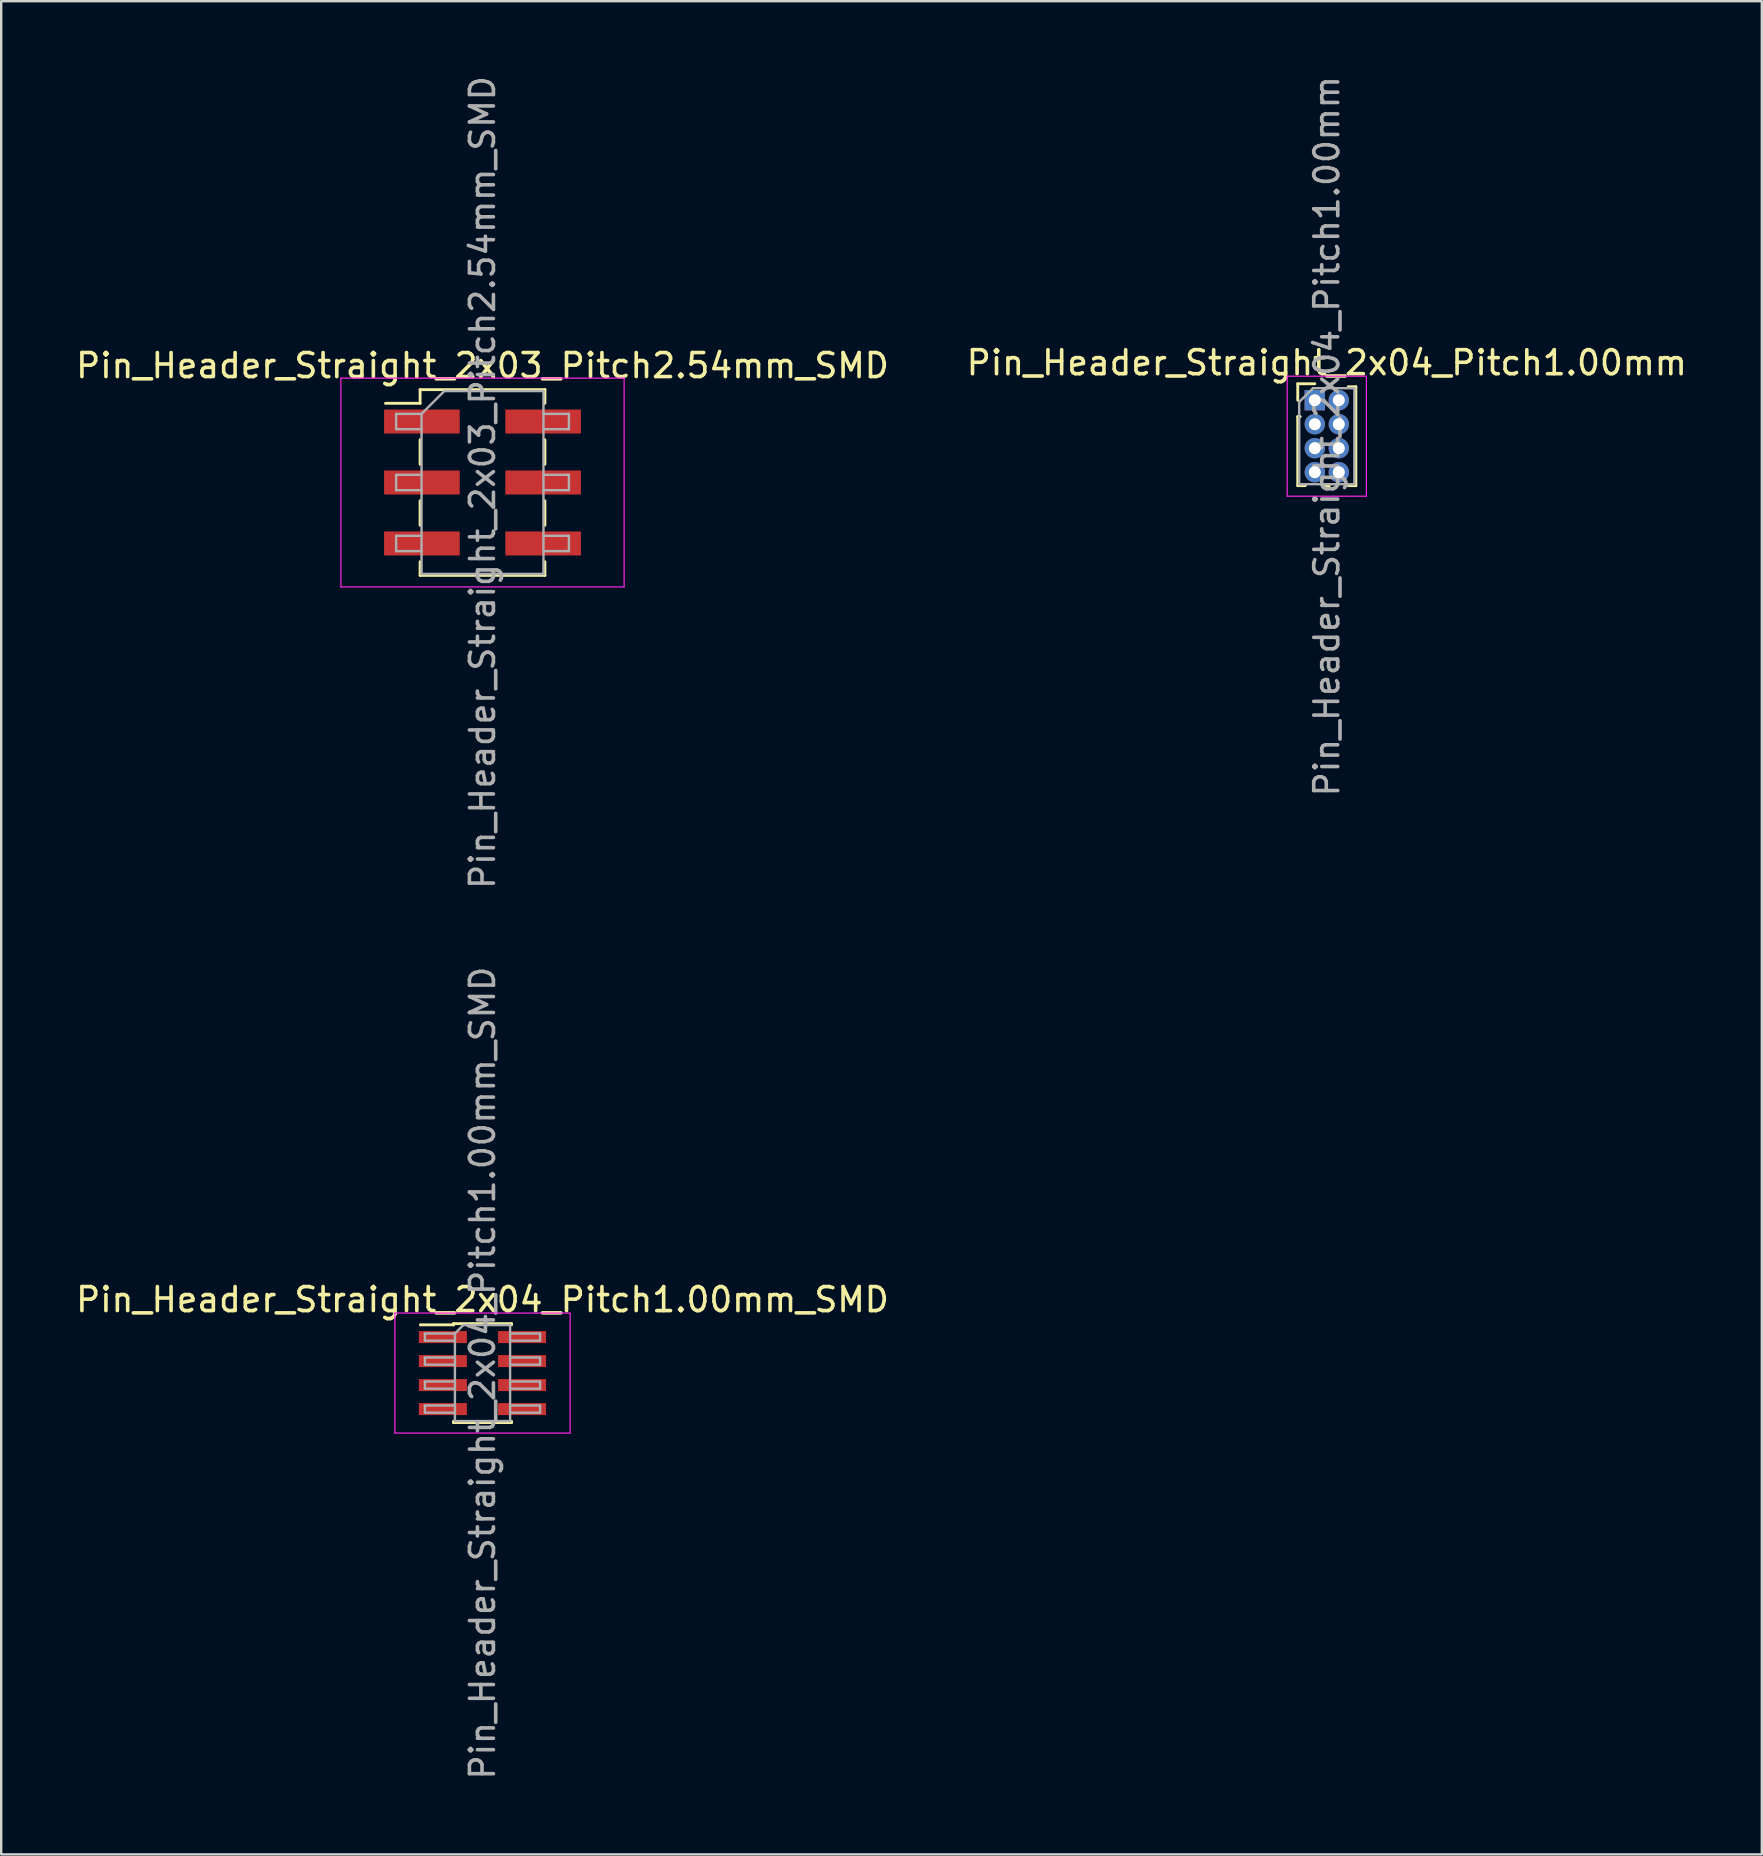
<source format=kicad_pcb>
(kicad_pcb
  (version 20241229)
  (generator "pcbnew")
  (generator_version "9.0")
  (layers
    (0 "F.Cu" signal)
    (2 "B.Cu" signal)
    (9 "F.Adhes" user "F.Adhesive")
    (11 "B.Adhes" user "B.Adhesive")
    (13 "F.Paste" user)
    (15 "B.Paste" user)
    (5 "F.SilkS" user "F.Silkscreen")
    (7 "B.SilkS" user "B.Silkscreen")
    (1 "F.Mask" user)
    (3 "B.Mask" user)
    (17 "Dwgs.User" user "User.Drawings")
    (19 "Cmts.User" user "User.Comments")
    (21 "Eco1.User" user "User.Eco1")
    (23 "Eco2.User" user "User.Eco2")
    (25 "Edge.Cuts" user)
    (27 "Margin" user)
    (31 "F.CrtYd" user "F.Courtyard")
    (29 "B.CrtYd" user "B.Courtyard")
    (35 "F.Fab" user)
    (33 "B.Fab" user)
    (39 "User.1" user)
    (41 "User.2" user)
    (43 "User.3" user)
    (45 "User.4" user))
  (footprint "Pin_Header_Straight_2x03_Pitch2.54mm_SMD"
    (layer "F.Cu")
    (at 17.054 17.054)
    (property "Reference" "Pin_Header_Straight_2x03_Pitch2.54mm_SMD" (at 0 -4.87 0) (layer "F.SilkS") (effects (font (size 1 1) (thickness 0.15))))
    (attr smd)
    (fp_line (start -4.04 -3.3) (end -2.6 -3.3) (stroke (width 0.12) (type solid)) (layer "F.SilkS"))
    (fp_line (start -2.6 -3.87) (end -2.6 -3.3) (stroke (width 0.12) (type solid)) (layer "F.SilkS"))
    (fp_line (start -2.6 -3.87) (end 2.6 -3.87) (stroke (width 0.12) (type solid)) (layer "F.SilkS"))
    (fp_line (start -2.6 -1.78) (end -2.6 -0.76) (stroke (width 0.12) (type solid)) (layer "F.SilkS"))
    (fp_line (start -2.6 0.76) (end -2.6 1.78) (stroke (width 0.12) (type solid)) (layer "F.SilkS"))
    (fp_line (start -2.6 3.3) (end -2.6 3.87) (stroke (width 0.12) (type solid)) (layer "F.SilkS"))
    (fp_line (start -2.6 3.87) (end 2.6 3.87) (stroke (width 0.12) (type solid)) (layer "F.SilkS"))
    (fp_line (start 2.6 -3.87) (end 2.6 -3.3) (stroke (width 0.12) (type solid)) (layer "F.SilkS"))
    (fp_line (start 2.6 -1.78) (end 2.6 -0.76) (stroke (width 0.12) (type solid)) (layer "F.SilkS"))
    (fp_line (start 2.6 0.76) (end 2.6 1.78) (stroke (width 0.12) (type solid)) (layer "F.SilkS"))
    (fp_line (start 2.6 3.3) (end 2.6 3.87) (stroke (width 0.12) (type solid)) (layer "F.SilkS"))
    (fp_line (start -5.9 -4.35) (end -5.9 4.35) (stroke (width 0.05) (type solid)) (layer "F.CrtYd"))
    (fp_line (start -5.9 4.35) (end 5.9 4.35) (stroke (width 0.05) (type solid)) (layer "F.CrtYd"))
    (fp_line (start 5.9 -4.35) (end -5.9 -4.35) (stroke (width 0.05) (type solid)) (layer "F.CrtYd"))
    (fp_line (start 5.9 4.35) (end 5.9 -4.35) (stroke (width 0.05) (type solid)) (layer "F.CrtYd"))
    (fp_line (start -3.6 -2.86) (end -3.6 -2.22) (stroke (width 0.1) (type solid)) (layer "F.Fab"))
    (fp_line (start -3.6 -2.22) (end -2.54 -2.22) (stroke (width 0.1) (type solid)) (layer "F.Fab"))
    (fp_line (start -3.6 -0.32) (end -3.6 0.32) (stroke (width 0.1) (type solid)) (layer "F.Fab"))
    (fp_line (start -3.6 0.32) (end -2.54 0.32) (stroke (width 0.1) (type solid)) (layer "F.Fab"))
    (fp_line (start -3.6 2.22) (end -3.6 2.86) (stroke (width 0.1) (type solid)) (layer "F.Fab"))
    (fp_line (start -3.6 2.86) (end -2.54 2.86) (stroke (width 0.1) (type solid)) (layer "F.Fab"))
    (fp_line (start -2.54 -2.86) (end -3.6 -2.86) (stroke (width 0.1) (type solid)) (layer "F.Fab"))
    (fp_line (start -2.54 -2.86) (end -1.59 -3.81) (stroke (width 0.1) (type solid)) (layer "F.Fab"))
    (fp_line (start -2.54 -0.32) (end -3.6 -0.32) (stroke (width 0.1) (type solid)) (layer "F.Fab"))
    (fp_line (start -2.54 2.22) (end -3.6 2.22) (stroke (width 0.1) (type solid)) (layer "F.Fab"))
    (fp_line (start -2.54 3.81) (end -2.54 -2.86) (stroke (width 0.1) (type solid)) (layer "F.Fab"))
    (fp_line (start -1.59 -3.81) (end 2.54 -3.81) (stroke (width 0.1) (type solid)) (layer "F.Fab"))
    (fp_line (start 2.54 -3.81) (end 2.54 3.81) (stroke (width 0.1) (type solid)) (layer "F.Fab"))
    (fp_line (start 2.54 -2.86) (end 3.6 -2.86) (stroke (width 0.1) (type solid)) (layer "F.Fab"))
    (fp_line (start 2.54 -0.32) (end 3.6 -0.32) (stroke (width 0.1) (type solid)) (layer "F.Fab"))
    (fp_line (start 2.54 2.22) (end 3.6 2.22) (stroke (width 0.1) (type solid)) (layer "F.Fab"))
    (fp_line (start 2.54 3.81) (end -2.54 3.81) (stroke (width 0.1) (type solid)) (layer "F.Fab"))
    (fp_line (start 3.6 -2.86) (end 3.6 -2.22) (stroke (width 0.1) (type solid)) (layer "F.Fab"))
    (fp_line (start 3.6 -2.22) (end 2.54 -2.22) (stroke (width 0.1) (type solid)) (layer "F.Fab"))
    (fp_line (start 3.6 -0.32) (end 3.6 0.32) (stroke (width 0.1) (type solid)) (layer "F.Fab"))
    (fp_line (start 3.6 0.32) (end 2.54 0.32) (stroke (width 0.1) (type solid)) (layer "F.Fab"))
    (fp_line (start 3.6 2.22) (end 3.6 2.86) (stroke (width 0.1) (type solid)) (layer "F.Fab"))
    (fp_line (start 3.6 2.86) (end 2.54 2.86) (stroke (width 0.1) (type solid)) (layer "F.Fab"))
    (fp_text user "${REFERENCE}" (at 0 0 90) (layer "F.Fab") (effects (font (size 1 1) (thickness 0.15))))
    (pad "1" smd rect (at -2.525 -2.54) (size 3.15 1) (layers "F.Cu" "F.Mask" "F.Paste"))
    (pad "2" smd rect (at 2.525 -2.54) (size 3.15 1) (layers "F.Cu" "F.Mask" "F.Paste"))
    (pad "3" smd rect (at -2.525 0) (size 3.15 1) (layers "F.Cu" "F.Mask" "F.Paste"))
    (pad "4" smd rect (at 2.525 0) (size 3.15 1) (layers "F.Cu" "F.Mask" "F.Paste"))
    (pad "5" smd rect (at -2.525 2.54) (size 3.15 1) (layers "F.Cu" "F.Mask" "F.Paste"))
    (pad "6" smd rect (at 2.525 2.54) (size 3.15 1) (layers "F.Cu" "F.Mask" "F.Paste")))
  (footprint "Pin_Header_Straight_2x04_Pitch1.00mm_SMD"
    (layer "F.Cu")
    (at 17.054 54.161)
    (property "Reference" "Pin_Header_Straight_2x04_Pitch1.00mm_SMD" (at 0 -3.06 0) (layer "F.SilkS") (effects (font (size 1 1) (thickness 0.15))))
    (attr smd)
    (fp_line (start -2.59 -2.01) (end -1.21 -2.01) (stroke (width 0.12) (type solid)) (layer "F.SilkS"))
    (fp_line (start -1.21 -2.06) (end -1.21 -2.01) (stroke (width 0.12) (type solid)) (layer "F.SilkS"))
    (fp_line (start -1.21 -2.06) (end 1.21 -2.06) (stroke (width 0.12) (type solid)) (layer "F.SilkS"))
    (fp_line (start -1.21 2.01) (end -1.21 2.06) (stroke (width 0.12) (type solid)) (layer "F.SilkS"))
    (fp_line (start -1.21 2.06) (end 1.21 2.06) (stroke (width 0.12) (type solid)) (layer "F.SilkS"))
    (fp_line (start 1.21 -2.06) (end 1.21 -2.01) (stroke (width 0.12) (type solid)) (layer "F.SilkS"))
    (fp_line (start 1.21 2.01) (end 1.21 2.06) (stroke (width 0.12) (type solid)) (layer "F.SilkS"))
    (fp_line (start -3.65 -2.5) (end -3.65 2.5) (stroke (width 0.05) (type solid)) (layer "F.CrtYd"))
    (fp_line (start -3.65 2.5) (end 3.65 2.5) (stroke (width 0.05) (type solid)) (layer "F.CrtYd"))
    (fp_line (start 3.65 -2.5) (end -3.65 -2.5) (stroke (width 0.05) (type solid)) (layer "F.CrtYd"))
    (fp_line (start 3.65 2.5) (end 3.65 -2.5) (stroke (width 0.05) (type solid)) (layer "F.CrtYd"))
    (fp_line (start -2.4 -1.65) (end -2.4 -1.35) (stroke (width 0.1) (type solid)) (layer "F.Fab"))
    (fp_line (start -2.4 -1.35) (end -1.15 -1.35) (stroke (width 0.1) (type solid)) (layer "F.Fab"))
    (fp_line (start -2.4 -0.65) (end -2.4 -0.35) (stroke (width 0.1) (type solid)) (layer "F.Fab"))
    (fp_line (start -2.4 -0.35) (end -1.15 -0.35) (stroke (width 0.1) (type solid)) (layer "F.Fab"))
    (fp_line (start -2.4 0.35) (end -2.4 0.65) (stroke (width 0.1) (type solid)) (layer "F.Fab"))
    (fp_line (start -2.4 0.65) (end -1.15 0.65) (stroke (width 0.1) (type solid)) (layer "F.Fab"))
    (fp_line (start -2.4 1.35) (end -2.4 1.65) (stroke (width 0.1) (type solid)) (layer "F.Fab"))
    (fp_line (start -2.4 1.65) (end -1.15 1.65) (stroke (width 0.1) (type solid)) (layer "F.Fab"))
    (fp_line (start -1.15 -1.65) (end -2.4 -1.65) (stroke (width 0.1) (type solid)) (layer "F.Fab"))
    (fp_line (start -1.15 -1.65) (end -0.8 -2) (stroke (width 0.1) (type solid)) (layer "F.Fab"))
    (fp_line (start -1.15 -0.65) (end -2.4 -0.65) (stroke (width 0.1) (type solid)) (layer "F.Fab"))
    (fp_line (start -1.15 0.35) (end -2.4 0.35) (stroke (width 0.1) (type solid)) (layer "F.Fab"))
    (fp_line (start -1.15 1.35) (end -2.4 1.35) (stroke (width 0.1) (type solid)) (layer "F.Fab"))
    (fp_line (start -1.15 2) (end -1.15 -1.65) (stroke (width 0.1) (type solid)) (layer "F.Fab"))
    (fp_line (start -0.8 -2) (end 1.15 -2) (stroke (width 0.1) (type solid)) (layer "F.Fab"))
    (fp_line (start 1.15 -2) (end 1.15 2) (stroke (width 0.1) (type solid)) (layer "F.Fab"))
    (fp_line (start 1.15 -1.65) (end 2.4 -1.65) (stroke (width 0.1) (type solid)) (layer "F.Fab"))
    (fp_line (start 1.15 -0.65) (end 2.4 -0.65) (stroke (width 0.1) (type solid)) (layer "F.Fab"))
    (fp_line (start 1.15 0.35) (end 2.4 0.35) (stroke (width 0.1) (type solid)) (layer "F.Fab"))
    (fp_line (start 1.15 1.35) (end 2.4 1.35) (stroke (width 0.1) (type solid)) (layer "F.Fab"))
    (fp_line (start 1.15 2) (end -1.15 2) (stroke (width 0.1) (type solid)) (layer "F.Fab"))
    (fp_line (start 2.4 -1.65) (end 2.4 -1.35) (stroke (width 0.1) (type solid)) (layer "F.Fab"))
    (fp_line (start 2.4 -1.35) (end 1.15 -1.35) (stroke (width 0.1) (type solid)) (layer "F.Fab"))
    (fp_line (start 2.4 -0.65) (end 2.4 -0.35) (stroke (width 0.1) (type solid)) (layer "F.Fab"))
    (fp_line (start 2.4 -0.35) (end 1.15 -0.35) (stroke (width 0.1) (type solid)) (layer "F.Fab"))
    (fp_line (start 2.4 0.35) (end 2.4 0.65) (stroke (width 0.1) (type solid)) (layer "F.Fab"))
    (fp_line (start 2.4 0.65) (end 1.15 0.65) (stroke (width 0.1) (type solid)) (layer "F.Fab"))
    (fp_line (start 2.4 1.35) (end 2.4 1.65) (stroke (width 0.1) (type solid)) (layer "F.Fab"))
    (fp_line (start 2.4 1.65) (end 1.15 1.65) (stroke (width 0.1) (type solid)) (layer "F.Fab"))
    (fp_text user "${REFERENCE}" (at 0 0 90) (layer "F.Fab") (effects (font (size 1 1) (thickness 0.15))))
    (pad "1" smd rect (at -1.65 -1.5) (size 2 0.5) (layers "F.Cu" "F.Mask" "F.Paste"))
    (pad "2" smd rect (at 1.65 -1.5) (size 2 0.5) (layers "F.Cu" "F.Mask" "F.Paste"))
    (pad "3" smd rect (at -1.65 -0.5) (size 2 0.5) (layers "F.Cu" "F.Mask" "F.Paste"))
    (pad "4" smd rect (at 1.65 -0.5) (size 2 0.5) (layers "F.Cu" "F.Mask" "F.Paste"))
    (pad "5" smd rect (at -1.65 0.5) (size 2 0.5) (layers "F.Cu" "F.Mask" "F.Paste"))
    (pad "6" smd rect (at 1.65 0.5) (size 2 0.5) (layers "F.Cu" "F.Mask" "F.Paste"))
    (pad "7" smd rect (at -1.65 1.5) (size 2 0.5) (layers "F.Cu" "F.Mask" "F.Paste"))
    (pad "8" smd rect (at 1.65 1.5) (size 2 0.5) (layers "F.Cu" "F.Mask" "F.Paste")))
  (footprint "Pin_Header_Straight_2x04_Pitch1.00mm"
    (layer "F.Cu")
    (at 51.732 13.625)
    (property "Reference" "Pin_Header_Straight_2x04_Pitch1.00mm" (at 0.5 -1.56 0) (layer "F.SilkS") (effects (font (size 1 1) (thickness 0.15))))
    (attr through_hole)
    (fp_line (start -0.71 -0.685) (end 0 -0.685) (stroke (width 0.12) (type solid)) (layer "F.SilkS"))
    (fp_line (start -0.71 0) (end -0.71 -0.685) (stroke (width 0.12) (type solid)) (layer "F.SilkS"))
    (fp_line (start -0.71 0.685) (end -0.71 3.56) (stroke (width 0.12) (type solid)) (layer "F.SilkS"))
    (fp_line (start -0.71 0.685) (end -0.608 0.685) (stroke (width 0.12) (type solid)) (layer "F.SilkS"))
    (fp_line (start -0.71 3.56) (end -0.394 3.56) (stroke (width 0.12) (type solid)) (layer "F.SilkS"))
    (fp_line (start 0.394 3.56) (end 0.606 3.56) (stroke (width 0.12) (type solid)) (layer "F.SilkS"))
    (fp_line (start 1.394 -0.56) (end 1.71 -0.56) (stroke (width 0.12) (type solid)) (layer "F.SilkS"))
    (fp_line (start 1.394 3.56) (end 1.71 3.56) (stroke (width 0.12) (type solid)) (layer "F.SilkS"))
    (fp_line (start 1.71 -0.56) (end 1.71 3.56) (stroke (width 0.12) (type solid)) (layer "F.SilkS"))
    (fp_line (start -1.15 -1) (end -1.15 4) (stroke (width 0.05) (type solid)) (layer "F.CrtYd"))
    (fp_line (start -1.15 4) (end 2.15 4) (stroke (width 0.05) (type solid)) (layer "F.CrtYd"))
    (fp_line (start 2.15 -1) (end -1.15 -1) (stroke (width 0.05) (type solid)) (layer "F.CrtYd"))
    (fp_line (start 2.15 4) (end 2.15 -1) (stroke (width 0.05) (type solid)) (layer "F.CrtYd"))
    (fp_line (start -0.65 0.075) (end -0.075 -0.5) (stroke (width 0.1) (type solid)) (layer "F.Fab"))
    (fp_line (start -0.65 3.5) (end -0.65 0.075) (stroke (width 0.1) (type solid)) (layer "F.Fab"))
    (fp_line (start -0.075 -0.5) (end 1.65 -0.5) (stroke (width 0.1) (type solid)) (layer "F.Fab"))
    (fp_line (start 1.65 -0.5) (end 1.65 3.5) (stroke (width 0.1) (type solid)) (layer "F.Fab"))
    (fp_line (start 1.65 3.5) (end -0.65 3.5) (stroke (width 0.1) (type solid)) (layer "F.Fab"))
    (fp_text user "${REFERENCE}" (at 0.5 1.5 90) (layer "F.Fab") (effects (font (size 1 1) (thickness 0.15))))
    (pad "1" thru_hole rect (at 0 0) (size 0.85 0.85) (drill 0.5) (layers "*.Cu" "*.Mask"))
    (pad "2" thru_hole oval (at 1 0) (size 0.85 0.85) (drill 0.5) (layers "*.Cu" "*.Mask"))
    (pad "3" thru_hole oval (at 0 1) (size 0.85 0.85) (drill 0.5) (layers "*.Cu" "*.Mask"))
    (pad "4" thru_hole oval (at 1 1) (size 0.85 0.85) (drill 0.5) (layers "*.Cu" "*.Mask"))
    (pad "5" thru_hole oval (at 0 2) (size 0.85 0.85) (drill 0.5) (layers "*.Cu" "*.Mask"))
    (pad "6" thru_hole oval (at 1 2) (size 0.85 0.85) (drill 0.5) (layers "*.Cu" "*.Mask"))
    (pad "7" thru_hole oval (at 0 3) (size 0.85 0.85) (drill 0.5) (layers "*.Cu" "*.Mask"))
    (pad "8" thru_hole oval (at 1 3) (size 0.85 0.85) (drill 0.5) (layers "*.Cu" "*.Mask")))
  (gr_rect
    (start -3 -3)
    (end 70.357 74.214)
    (stroke (width 0.1) (type default))
    (fill no)
    (layer "Edge.Cuts")))
</source>
